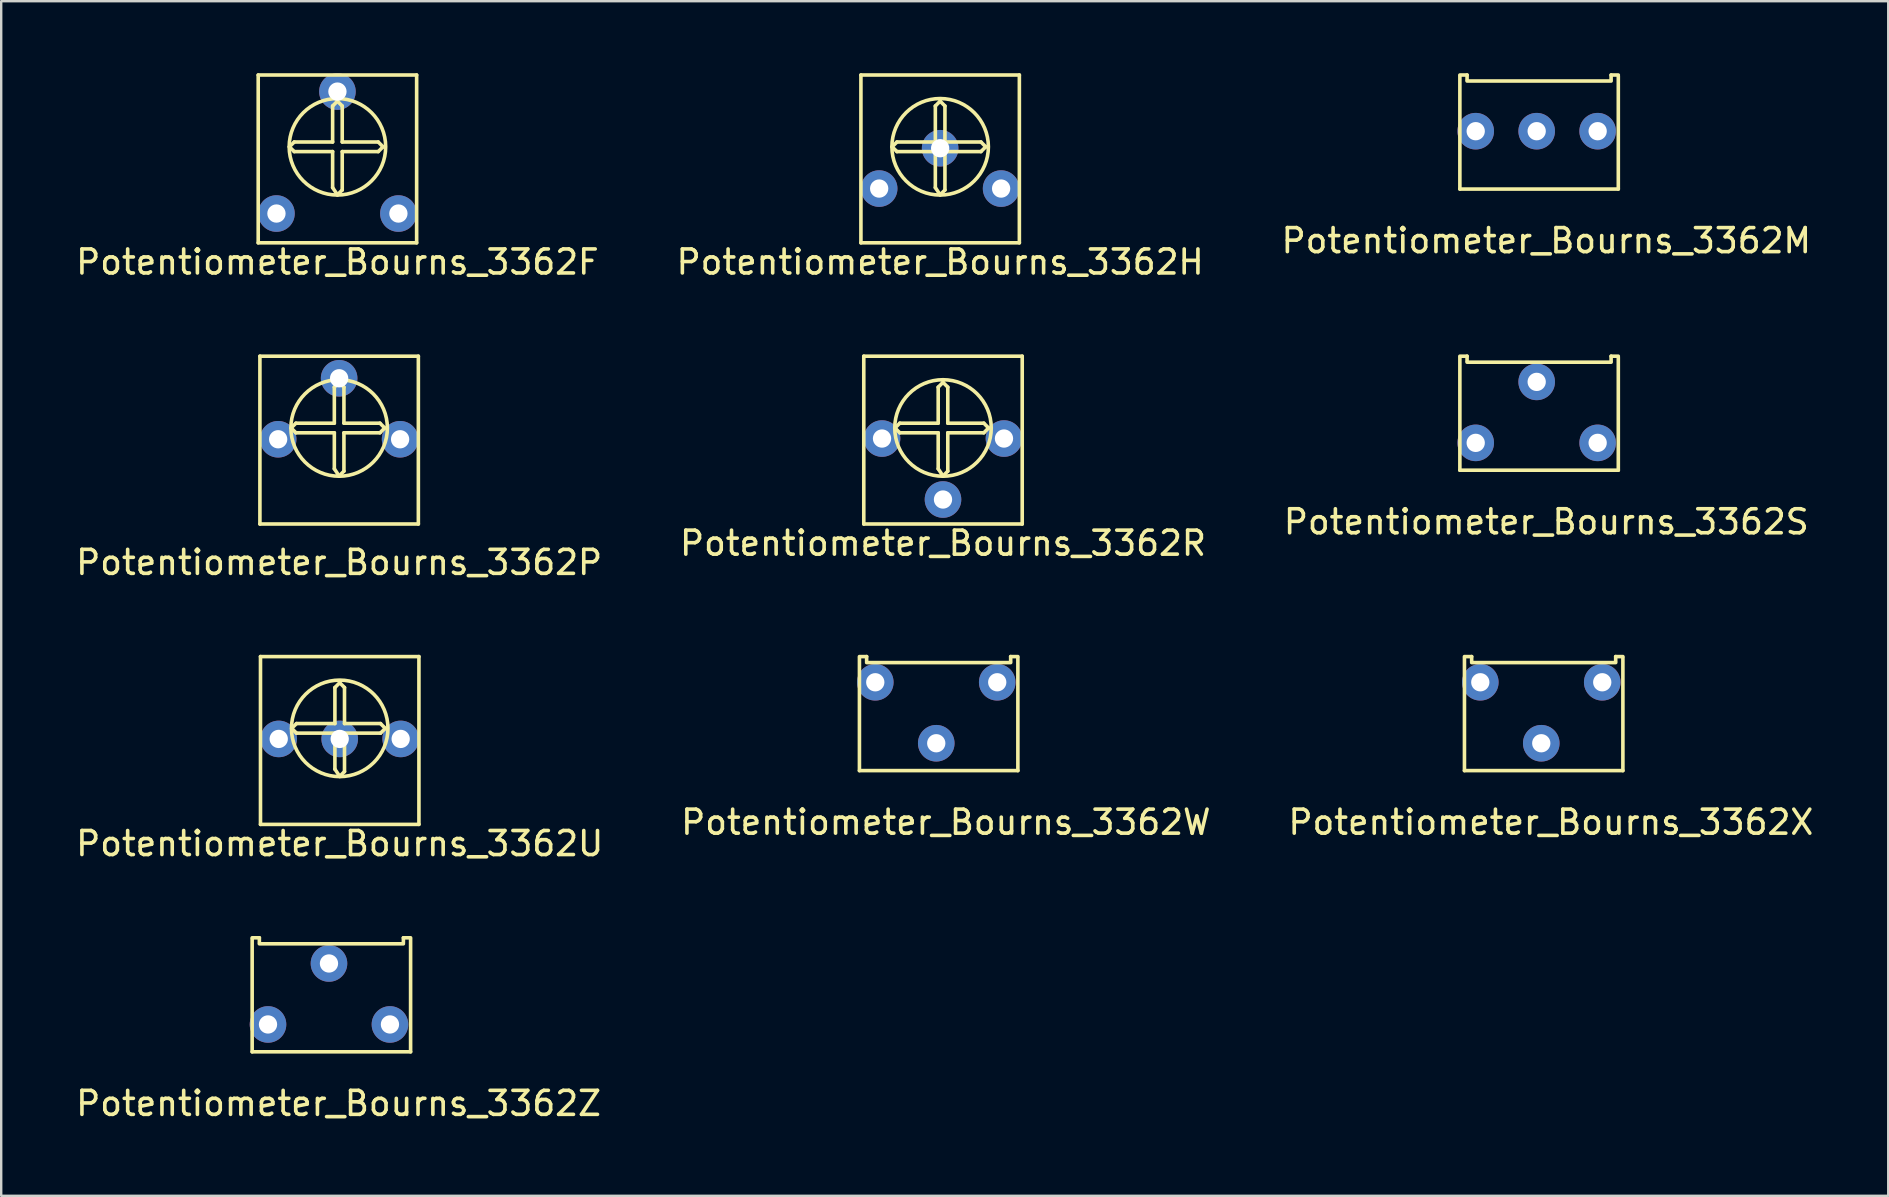
<source format=kicad_pcb>
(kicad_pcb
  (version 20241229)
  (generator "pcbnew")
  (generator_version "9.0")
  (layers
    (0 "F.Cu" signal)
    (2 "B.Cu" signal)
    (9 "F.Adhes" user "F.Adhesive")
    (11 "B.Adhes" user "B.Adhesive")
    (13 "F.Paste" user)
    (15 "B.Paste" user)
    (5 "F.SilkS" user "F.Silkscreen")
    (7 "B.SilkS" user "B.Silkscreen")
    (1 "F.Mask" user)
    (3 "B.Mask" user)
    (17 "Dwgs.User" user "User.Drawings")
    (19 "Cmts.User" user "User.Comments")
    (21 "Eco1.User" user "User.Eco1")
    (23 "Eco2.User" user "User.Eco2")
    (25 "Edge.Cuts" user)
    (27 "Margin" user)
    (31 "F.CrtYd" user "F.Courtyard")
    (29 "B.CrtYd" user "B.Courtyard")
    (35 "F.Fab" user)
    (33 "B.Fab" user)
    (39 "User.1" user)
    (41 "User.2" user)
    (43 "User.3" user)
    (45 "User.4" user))
  (footprint "Potentiometer_Bourns_3362R"
    (layer "F.Cu")
    (at 36.232 14.778)
    (property "Reference" "Potentiometer_Bourns_3362R" (at 0 4.8 0) (layer "F.SilkS") (effects (font (size 1 1) (thickness 0.15))))
    (attr through_hole)
    (fp_line (start -3.3 4) (end -3.3 -2.99) (stroke (width 0.15) (type solid)) (layer "F.SilkS"))
    (fp_line (start -3.3 4) (end 3.3 4) (stroke (width 0.15) (type solid)) (layer "F.SilkS"))
    (fp_line (start -2 0) (end -1.8 0.2) (stroke (width 0.15) (type solid)) (layer "F.SilkS"))
    (fp_line (start -1.8 -0.2) (end -2 0) (stroke (width 0.15) (type solid)) (layer "F.SilkS"))
    (fp_line (start -1.8 0.2) (end -0.2 0.2) (stroke (width 0.15) (type solid)) (layer "F.SilkS"))
    (fp_line (start -0.2 -1.7) (end -0.2 -0.2) (stroke (width 0.15) (type solid)) (layer "F.SilkS"))
    (fp_line (start -0.2 -0.2) (end -1.8 -0.2) (stroke (width 0.15) (type solid)) (layer "F.SilkS"))
    (fp_line (start -0.2 0.2) (end -0.2 1.7) (stroke (width 0.15) (type solid)) (layer "F.SilkS"))
    (fp_line (start -0.2 1.7) (end 0 2) (stroke (width 0.15) (type solid)) (layer "F.SilkS"))
    (fp_line (start 0 -1.9) (end -0.2 -1.7) (stroke (width 0.15) (type solid)) (layer "F.SilkS"))
    (fp_line (start 0 2) (end 0.2 1.8) (stroke (width 0.15) (type solid)) (layer "F.SilkS"))
    (fp_line (start 0.2 -1.7) (end 0 -1.9) (stroke (width 0.15) (type solid)) (layer "F.SilkS"))
    (fp_line (start 0.2 -0.2) (end 0.2 -1.7) (stroke (width 0.15) (type solid)) (layer "F.SilkS"))
    (fp_line (start 0.2 0.2) (end 1.7 0.2) (stroke (width 0.15) (type solid)) (layer "F.SilkS"))
    (fp_line (start 0.2 1.8) (end 0.2 0.2) (stroke (width 0.15) (type solid)) (layer "F.SilkS"))
    (fp_line (start 1.7 -0.2) (end 0.2 -0.2) (stroke (width 0.15) (type solid)) (layer "F.SilkS"))
    (fp_line (start 1.7 0.2) (end 1.9 0) (stroke (width 0.15) (type solid)) (layer "F.SilkS"))
    (fp_line (start 1.9 0) (end 1.7 -0.2) (stroke (width 0.15) (type solid)) (layer "F.SilkS"))
    (fp_line (start 3.3 -2.99) (end -3.3 -2.99) (stroke (width 0.15) (type solid)) (layer "F.SilkS"))
    (fp_line (start 3.3 4) (end 3.3 -2.99) (stroke (width 0.15) (type solid)) (layer "F.SilkS"))
    (fp_circle (center 0 0) (end 0.2 -2) (stroke (width 0.15) (type solid)) (fill no) (layer "F.SilkS"))
    (pad "1" thru_hole circle (at -2.54 0.44) (size 1.524 1.524) (drill 0.762) (layers "*.Cu" "*.Mask"))
    (pad "2" thru_hole circle (at 0 2.98) (size 1.524 1.524) (drill 0.762) (layers "*.Cu" "*.Mask"))
    (pad "3" thru_hole circle (at 2.54 0.44) (size 1.524 1.524) (drill 0.762) (layers "*.Cu" "*.Mask")))
  (footprint "Potentiometer_Bourns_3362W"
    (layer "F.Cu")
    (at 35.951 26.701)
    (property "Reference" "Potentiometer_Bourns_3362W" (at 0.4 4.5 0) (layer "F.SilkS") (effects (font (size 1 1) (thickness 0.15))))
    (attr through_hole)
    (fp_line (start -3.2 -2.4) (end -2.9 -2.4) (stroke (width 0.15) (type solid)) (layer "F.SilkS"))
    (fp_line (start -3.2 2.35) (end -3.2 -2.35) (stroke (width 0.15) (type solid)) (layer "F.SilkS"))
    (fp_line (start -2.9 -2.4) (end -2.9 -2.2) (stroke (width 0.15) (type solid)) (layer "F.SilkS"))
    (fp_line (start -2.9 -2.15) (end 3.1 -2.15) (stroke (width 0.15) (type solid)) (layer "F.SilkS"))
    (fp_line (start 3.1 -2.4) (end 3.1 -2.2) (stroke (width 0.15) (type solid)) (layer "F.SilkS"))
    (fp_line (start 3.4 -2.4) (end 3.1 -2.4) (stroke (width 0.15) (type solid)) (layer "F.SilkS"))
    (fp_line (start 3.4 -2.35) (end 3.4 2.35) (stroke (width 0.15) (type solid)) (layer "F.SilkS"))
    (fp_line (start 3.4 2.35) (end -3.2 2.35) (stroke (width 0.15) (type solid)) (layer "F.SilkS"))
    (pad "1" thru_hole circle (at 2.54 -1.33) (size 1.524 1.524) (drill 0.762) (layers "*.Cu" "*.Mask"))
    (pad "2" thru_hole circle (at 0 1.21) (size 1.524 1.524) (drill 0.762) (layers "*.Cu" "*.Mask"))
    (pad "3" thru_hole circle (at -2.54 -1.33) (size 1.524 1.524) (drill 0.762) (layers "*.Cu" "*.Mask")))
  (footprint "Potentiometer_Bourns_3362S"
    (layer "F.Cu")
    (at 60.963 14.188)
    (property "Reference" "Potentiometer_Bourns_3362S" (at 0.4 4.5 0) (layer "F.SilkS") (effects (font (size 1 1) (thickness 0.15))))
    (attr through_hole)
    (fp_line (start -3.2 -2.4) (end -2.9 -2.4) (stroke (width 0.15) (type solid)) (layer "F.SilkS"))
    (fp_line (start -3.2 2.35) (end -3.2 -2.35) (stroke (width 0.15) (type solid)) (layer "F.SilkS"))
    (fp_line (start -2.9 -2.4) (end -2.9 -2.2) (stroke (width 0.15) (type solid)) (layer "F.SilkS"))
    (fp_line (start -2.9 -2.15) (end 3.1 -2.15) (stroke (width 0.15) (type solid)) (layer "F.SilkS"))
    (fp_line (start 3.1 -2.4) (end 3.1 -2.2) (stroke (width 0.15) (type solid)) (layer "F.SilkS"))
    (fp_line (start 3.4 -2.4) (end 3.1 -2.4) (stroke (width 0.15) (type solid)) (layer "F.SilkS"))
    (fp_line (start 3.4 -2.35) (end 3.4 2.35) (stroke (width 0.15) (type solid)) (layer "F.SilkS"))
    (fp_line (start 3.4 2.35) (end -3.2 2.35) (stroke (width 0.15) (type solid)) (layer "F.SilkS"))
    (pad "1" thru_hole circle (at -2.54 1.21) (size 1.524 1.524) (drill 0.762) (layers "*.Cu" "*.Mask"))
    (pad "2" thru_hole circle (at 0 -1.33) (size 1.524 1.524) (drill 0.762) (layers "*.Cu" "*.Mask"))
    (pad "3" thru_hole circle (at 2.54 1.21) (size 1.524 1.524) (drill 0.762) (layers "*.Cu" "*.Mask")))
  (footprint "Potentiometer_Bourns_3362Z"
    (layer "F.Cu")
    (at 10.654 38.415)
    (property "Reference" "Potentiometer_Bourns_3362Z" (at 0.4 4.5 0) (layer "F.SilkS") (effects (font (size 1 1) (thickness 0.15))))
    (attr through_hole)
    (fp_line (start -3.2 -2.4) (end -2.9 -2.4) (stroke (width 0.15) (type solid)) (layer "F.SilkS"))
    (fp_line (start -3.2 2.35) (end -3.2 -2.35) (stroke (width 0.15) (type solid)) (layer "F.SilkS"))
    (fp_line (start -2.9 -2.4) (end -2.9 -2.2) (stroke (width 0.15) (type solid)) (layer "F.SilkS"))
    (fp_line (start -2.9 -2.15) (end 3.1 -2.15) (stroke (width 0.15) (type solid)) (layer "F.SilkS"))
    (fp_line (start 3.1 -2.4) (end 3.1 -2.2) (stroke (width 0.15) (type solid)) (layer "F.SilkS"))
    (fp_line (start 3.4 -2.4) (end 3.1 -2.4) (stroke (width 0.15) (type solid)) (layer "F.SilkS"))
    (fp_line (start 3.4 -2.35) (end 3.4 2.35) (stroke (width 0.15) (type solid)) (layer "F.SilkS"))
    (fp_line (start 3.4 2.35) (end -3.2 2.35) (stroke (width 0.15) (type solid)) (layer "F.SilkS"))
    (pad "1" thru_hole circle (at 2.54 1.21) (size 1.524 1.524) (drill 0.762) (layers "*.Cu" "*.Mask"))
    (pad "2" thru_hole circle (at 0 -1.33) (size 1.524 1.524) (drill 0.762) (layers "*.Cu" "*.Mask"))
    (pad "3" thru_hole circle (at -2.54 1.21) (size 1.524 1.524) (drill 0.762) (layers "*.Cu" "*.Mask")))
  (footprint "Potentiometer_Bourns_3362H"
    (layer "F.Cu")
    (at 36.113 3.065)
    (property "Reference" "Potentiometer_Bourns_3362H" (at 0 4.8 0) (layer "F.SilkS") (effects (font (size 1 1) (thickness 0.15))))
    (attr through_hole)
    (fp_line (start -3.3 4) (end -3.3 -2.99) (stroke (width 0.15) (type solid)) (layer "F.SilkS"))
    (fp_line (start -3.3 4) (end 3.3 4) (stroke (width 0.15) (type solid)) (layer "F.SilkS"))
    (fp_line (start -2 0) (end -1.8 0.2) (stroke (width 0.15) (type solid)) (layer "F.SilkS"))
    (fp_line (start -1.8 -0.2) (end -2 0) (stroke (width 0.15) (type solid)) (layer "F.SilkS"))
    (fp_line (start -1.8 0.2) (end -0.2 0.2) (stroke (width 0.15) (type solid)) (layer "F.SilkS"))
    (fp_line (start -0.2 -1.7) (end -0.2 -0.2) (stroke (width 0.15) (type solid)) (layer "F.SilkS"))
    (fp_line (start -0.2 -0.2) (end -1.8 -0.2) (stroke (width 0.15) (type solid)) (layer "F.SilkS"))
    (fp_line (start -0.2 0.2) (end -0.2 1.7) (stroke (width 0.15) (type solid)) (layer "F.SilkS"))
    (fp_line (start -0.2 1.7) (end 0 2) (stroke (width 0.15) (type solid)) (layer "F.SilkS"))
    (fp_line (start 0 -1.9) (end -0.2 -1.7) (stroke (width 0.15) (type solid)) (layer "F.SilkS"))
    (fp_line (start 0 2) (end 0.2 1.8) (stroke (width 0.15) (type solid)) (layer "F.SilkS"))
    (fp_line (start 0.2 -1.7) (end 0 -1.9) (stroke (width 0.15) (type solid)) (layer "F.SilkS"))
    (fp_line (start 0.2 -0.2) (end 0.2 -1.7) (stroke (width 0.15) (type solid)) (layer "F.SilkS"))
    (fp_line (start 0.2 0.2) (end 1.7 0.2) (stroke (width 0.15) (type solid)) (layer "F.SilkS"))
    (fp_line (start 0.2 1.8) (end 0.2 0.2) (stroke (width 0.15) (type solid)) (layer "F.SilkS"))
    (fp_line (start 1.7 -0.2) (end 0.2 -0.2) (stroke (width 0.15) (type solid)) (layer "F.SilkS"))
    (fp_line (start 1.7 0.2) (end 1.9 0) (stroke (width 0.15) (type solid)) (layer "F.SilkS"))
    (fp_line (start 1.9 0) (end 1.7 -0.2) (stroke (width 0.15) (type solid)) (layer "F.SilkS"))
    (fp_line (start 3.3 -2.99) (end -3.3 -2.99) (stroke (width 0.15) (type solid)) (layer "F.SilkS"))
    (fp_line (start 3.3 4) (end 3.3 -2.99) (stroke (width 0.15) (type solid)) (layer "F.SilkS"))
    (fp_circle (center 0 0) (end 0.2 -2) (stroke (width 0.15) (type solid)) (fill no) (layer "F.SilkS"))
    (pad "1" thru_hole circle (at -2.54 1.74) (size 1.524 1.524) (drill 0.762) (layers "*.Cu" "*.Mask"))
    (pad "2" thru_hole circle (at 0 0.06) (size 1.524 1.524) (drill 0.762) (layers "*.Cu" "*.Mask"))
    (pad "3" thru_hole circle (at 2.54 1.74) (size 1.524 1.524) (drill 0.762) (layers "*.Cu" "*.Mask")))
  (footprint "Potentiometer_Bourns_3362X"
    (layer "F.Cu")
    (at 61.154 26.701)
    (property "Reference" "Potentiometer_Bourns_3362X" (at 0.4 4.5 0) (layer "F.SilkS") (effects (font (size 1 1) (thickness 0.15))))
    (attr through_hole)
    (fp_line (start -3.2 -2.4) (end -2.9 -2.4) (stroke (width 0.15) (type solid)) (layer "F.SilkS"))
    (fp_line (start -3.2 2.35) (end -3.2 -2.35) (stroke (width 0.15) (type solid)) (layer "F.SilkS"))
    (fp_line (start -2.9 -2.4) (end -2.9 -2.2) (stroke (width 0.15) (type solid)) (layer "F.SilkS"))
    (fp_line (start -2.9 -2.15) (end 3.1 -2.15) (stroke (width 0.15) (type solid)) (layer "F.SilkS"))
    (fp_line (start 3.1 -2.4) (end 3.1 -2.2) (stroke (width 0.15) (type solid)) (layer "F.SilkS"))
    (fp_line (start 3.4 -2.4) (end 3.1 -2.4) (stroke (width 0.15) (type solid)) (layer "F.SilkS"))
    (fp_line (start 3.4 -2.35) (end 3.4 2.35) (stroke (width 0.15) (type solid)) (layer "F.SilkS"))
    (fp_line (start 3.4 2.35) (end -3.2 2.35) (stroke (width 0.15) (type solid)) (layer "F.SilkS"))
    (pad "1" thru_hole circle (at -2.54 -1.33) (size 1.524 1.524) (drill 0.762) (layers "*.Cu" "*.Mask"))
    (pad "2" thru_hole circle (at 0 1.21) (size 1.524 1.524) (drill 0.762) (layers "*.Cu" "*.Mask"))
    (pad "3" thru_hole circle (at 2.54 -1.33) (size 1.524 1.524) (drill 0.762) (layers "*.Cu" "*.Mask")))
  (footprint "Potentiometer_Bourns_3362P"
    (layer "F.Cu")
    (at 11.077 14.778)
    (property "Reference" "Potentiometer_Bourns_3362P" (at 0 5.6 0) (layer "F.SilkS") (effects (font (size 1 1) (thickness 0.15))))
    (attr through_hole)
    (fp_line (start -3.3 4) (end -3.3 -2.99) (stroke (width 0.15) (type solid)) (layer "F.SilkS"))
    (fp_line (start -3.3 4) (end 3.3 4) (stroke (width 0.15) (type solid)) (layer "F.SilkS"))
    (fp_line (start -2 0) (end -1.8 0.2) (stroke (width 0.15) (type solid)) (layer "F.SilkS"))
    (fp_line (start -1.8 -0.2) (end -2 0) (stroke (width 0.15) (type solid)) (layer "F.SilkS"))
    (fp_line (start -1.8 0.2) (end -0.2 0.2) (stroke (width 0.15) (type solid)) (layer "F.SilkS"))
    (fp_line (start -0.2 -1.7) (end -0.2 -0.2) (stroke (width 0.15) (type solid)) (layer "F.SilkS"))
    (fp_line (start -0.2 -0.2) (end -1.8 -0.2) (stroke (width 0.15) (type solid)) (layer "F.SilkS"))
    (fp_line (start -0.2 0.2) (end -0.2 1.7) (stroke (width 0.15) (type solid)) (layer "F.SilkS"))
    (fp_line (start -0.2 1.7) (end 0 2) (stroke (width 0.15) (type solid)) (layer "F.SilkS"))
    (fp_line (start 0 -1.9) (end -0.2 -1.7) (stroke (width 0.15) (type solid)) (layer "F.SilkS"))
    (fp_line (start 0 2) (end 0.2 1.8) (stroke (width 0.15) (type solid)) (layer "F.SilkS"))
    (fp_line (start 0.2 -1.7) (end 0 -1.9) (stroke (width 0.15) (type solid)) (layer "F.SilkS"))
    (fp_line (start 0.2 -0.2) (end 0.2 -1.7) (stroke (width 0.15) (type solid)) (layer "F.SilkS"))
    (fp_line (start 0.2 0.2) (end 1.7 0.2) (stroke (width 0.15) (type solid)) (layer "F.SilkS"))
    (fp_line (start 0.2 1.8) (end 0.2 0.2) (stroke (width 0.15) (type solid)) (layer "F.SilkS"))
    (fp_line (start 1.7 -0.2) (end 0.2 -0.2) (stroke (width 0.15) (type solid)) (layer "F.SilkS"))
    (fp_line (start 1.7 0.2) (end 1.9 0) (stroke (width 0.15) (type solid)) (layer "F.SilkS"))
    (fp_line (start 1.9 0) (end 1.7 -0.2) (stroke (width 0.15) (type solid)) (layer "F.SilkS"))
    (fp_line (start 3.3 -2.99) (end -3.3 -2.99) (stroke (width 0.15) (type solid)) (layer "F.SilkS"))
    (fp_line (start 3.3 4) (end 3.3 -2.99) (stroke (width 0.15) (type solid)) (layer "F.SilkS"))
    (fp_circle (center 0 0) (end 0.2 -2) (stroke (width 0.15) (type solid)) (fill no) (layer "F.SilkS"))
    (pad "1" thru_hole circle (at -2.54 0.47) (size 1.524 1.524) (drill 0.762) (layers "*.Cu" "*.Mask"))
    (pad "2" thru_hole circle (at 0 -2.07) (size 1.524 1.524) (drill 0.762) (layers "*.Cu" "*.Mask"))
    (pad "3" thru_hole circle (at 2.54 0.47) (size 1.524 1.524) (drill 0.762) (layers "*.Cu" "*.Mask")))
  (footprint "Potentiometer_Bourns_3362M"
    (layer "F.Cu")
    (at 60.963 2.475)
    (property "Reference" "Potentiometer_Bourns_3362M" (at 0.4 4.5 0) (layer "F.SilkS") (effects (font (size 1 1) (thickness 0.15))))
    (attr through_hole)
    (fp_line (start -3.2 -2.4) (end -2.9 -2.4) (stroke (width 0.15) (type solid)) (layer "F.SilkS"))
    (fp_line (start -3.2 2.35) (end -3.2 -2.35) (stroke (width 0.15) (type solid)) (layer "F.SilkS"))
    (fp_line (start -2.9 -2.4) (end -2.9 -2.2) (stroke (width 0.15) (type solid)) (layer "F.SilkS"))
    (fp_line (start -2.9 -2.15) (end 3.1 -2.15) (stroke (width 0.15) (type solid)) (layer "F.SilkS"))
    (fp_line (start 3.1 -2.4) (end 3.1 -2.2) (stroke (width 0.15) (type solid)) (layer "F.SilkS"))
    (fp_line (start 3.4 -2.4) (end 3.1 -2.4) (stroke (width 0.15) (type solid)) (layer "F.SilkS"))
    (fp_line (start 3.4 -2.35) (end 3.4 2.35) (stroke (width 0.15) (type solid)) (layer "F.SilkS"))
    (fp_line (start 3.4 2.35) (end -3.2 2.35) (stroke (width 0.15) (type solid)) (layer "F.SilkS"))
    (pad "1" thru_hole circle (at -2.54 -0.06) (size 1.524 1.524) (drill 0.762) (layers "*.Cu" "*.Mask"))
    (pad "2" thru_hole circle (at 0 -0.06) (size 1.524 1.524) (drill 0.762) (layers "*.Cu" "*.Mask"))
    (pad "3" thru_hole circle (at 2.54 -0.06) (size 1.524 1.524) (drill 0.762) (layers "*.Cu" "*.Mask")))
  (footprint "Potentiometer_Bourns_3362F"
    (layer "F.Cu")
    (at 11.006 3.065)
    (property "Reference" "Potentiometer_Bourns_3362F" (at 0 4.8 0) (layer "F.SilkS") (effects (font (size 1 1) (thickness 0.15))))
    (attr through_hole)
    (fp_line (start -3.3 4) (end -3.3 -2.99) (stroke (width 0.15) (type solid)) (layer "F.SilkS"))
    (fp_line (start -3.3 4) (end 3.3 4) (stroke (width 0.15) (type solid)) (layer "F.SilkS"))
    (fp_line (start -2 0) (end -1.8 0.2) (stroke (width 0.15) (type solid)) (layer "F.SilkS"))
    (fp_line (start -1.8 -0.2) (end -2 0) (stroke (width 0.15) (type solid)) (layer "F.SilkS"))
    (fp_line (start -1.8 0.2) (end -0.2 0.2) (stroke (width 0.15) (type solid)) (layer "F.SilkS"))
    (fp_line (start -0.2 -1.7) (end -0.2 -0.2) (stroke (width 0.15) (type solid)) (layer "F.SilkS"))
    (fp_line (start -0.2 -0.2) (end -1.8 -0.2) (stroke (width 0.15) (type solid)) (layer "F.SilkS"))
    (fp_line (start -0.2 0.2) (end -0.2 1.7) (stroke (width 0.15) (type solid)) (layer "F.SilkS"))
    (fp_line (start -0.2 1.7) (end 0 2) (stroke (width 0.15) (type solid)) (layer "F.SilkS"))
    (fp_line (start 0 -1.9) (end -0.2 -1.7) (stroke (width 0.15) (type solid)) (layer "F.SilkS"))
    (fp_line (start 0 2) (end 0.2 1.8) (stroke (width 0.15) (type solid)) (layer "F.SilkS"))
    (fp_line (start 0.2 -1.7) (end 0 -1.9) (stroke (width 0.15) (type solid)) (layer "F.SilkS"))
    (fp_line (start 0.2 -0.2) (end 0.2 -1.7) (stroke (width 0.15) (type solid)) (layer "F.SilkS"))
    (fp_line (start 0.2 0.2) (end 1.7 0.2) (stroke (width 0.15) (type solid)) (layer "F.SilkS"))
    (fp_line (start 0.2 1.8) (end 0.2 0.2) (stroke (width 0.15) (type solid)) (layer "F.SilkS"))
    (fp_line (start 1.7 -0.2) (end 0.2 -0.2) (stroke (width 0.15) (type solid)) (layer "F.SilkS"))
    (fp_line (start 1.7 0.2) (end 1.9 0) (stroke (width 0.15) (type solid)) (layer "F.SilkS"))
    (fp_line (start 1.9 0) (end 1.7 -0.2) (stroke (width 0.15) (type solid)) (layer "F.SilkS"))
    (fp_line (start 3.3 -2.99) (end -3.3 -2.99) (stroke (width 0.15) (type solid)) (layer "F.SilkS"))
    (fp_line (start 3.3 4) (end 3.3 -2.99) (stroke (width 0.15) (type solid)) (layer "F.SilkS"))
    (fp_circle (center 0 0) (end 0.2 -2) (stroke (width 0.15) (type solid)) (fill no) (layer "F.SilkS"))
    (pad "1" thru_hole circle (at -2.54 2.78) (size 1.524 1.524) (drill 0.762) (layers "*.Cu" "*.Mask"))
    (pad "2" thru_hole circle (at 0 -2.3) (size 1.524 1.524) (drill 0.762) (layers "*.Cu" "*.Mask"))
    (pad "3" thru_hole circle (at 2.54 2.78) (size 1.524 1.524) (drill 0.762) (layers "*.Cu" "*.Mask")))
  (footprint "Potentiometer_Bourns_3362U"
    (layer "F.Cu")
    (at 11.101 27.291)
    (property "Reference" "Potentiometer_Bourns_3362U" (at 0 4.8 0) (layer "F.SilkS") (effects (font (size 1 1) (thickness 0.15))))
    (attr through_hole)
    (fp_line (start -3.3 4) (end -3.3 -2.99) (stroke (width 0.15) (type solid)) (layer "F.SilkS"))
    (fp_line (start -3.3 4) (end 3.3 4) (stroke (width 0.15) (type solid)) (layer "F.SilkS"))
    (fp_line (start -2 0) (end -1.8 0.2) (stroke (width 0.15) (type solid)) (layer "F.SilkS"))
    (fp_line (start -1.8 -0.2) (end -2 0) (stroke (width 0.15) (type solid)) (layer "F.SilkS"))
    (fp_line (start -1.8 0.2) (end -0.2 0.2) (stroke (width 0.15) (type solid)) (layer "F.SilkS"))
    (fp_line (start -0.2 -1.7) (end -0.2 -0.2) (stroke (width 0.15) (type solid)) (layer "F.SilkS"))
    (fp_line (start -0.2 -0.2) (end -1.8 -0.2) (stroke (width 0.15) (type solid)) (layer "F.SilkS"))
    (fp_line (start -0.2 0.2) (end -0.2 1.7) (stroke (width 0.15) (type solid)) (layer "F.SilkS"))
    (fp_line (start -0.2 1.7) (end 0 2) (stroke (width 0.15) (type solid)) (layer "F.SilkS"))
    (fp_line (start 0 -1.9) (end -0.2 -1.7) (stroke (width 0.15) (type solid)) (layer "F.SilkS"))
    (fp_line (start 0 2) (end 0.2 1.8) (stroke (width 0.15) (type solid)) (layer "F.SilkS"))
    (fp_line (start 0.2 -1.7) (end 0 -1.9) (stroke (width 0.15) (type solid)) (layer "F.SilkS"))
    (fp_line (start 0.2 -0.2) (end 0.2 -1.7) (stroke (width 0.15) (type solid)) (layer "F.SilkS"))
    (fp_line (start 0.2 0.2) (end 1.7 0.2) (stroke (width 0.15) (type solid)) (layer "F.SilkS"))
    (fp_line (start 0.2 1.8) (end 0.2 0.2) (stroke (width 0.15) (type solid)) (layer "F.SilkS"))
    (fp_line (start 1.7 -0.2) (end 0.2 -0.2) (stroke (width 0.15) (type solid)) (layer "F.SilkS"))
    (fp_line (start 1.7 0.2) (end 1.9 0) (stroke (width 0.15) (type solid)) (layer "F.SilkS"))
    (fp_line (start 1.9 0) (end 1.7 -0.2) (stroke (width 0.15) (type solid)) (layer "F.SilkS"))
    (fp_line (start 3.3 -2.99) (end -3.3 -2.99) (stroke (width 0.15) (type solid)) (layer "F.SilkS"))
    (fp_line (start 3.3 4) (end 3.3 -2.99) (stroke (width 0.15) (type solid)) (layer "F.SilkS"))
    (fp_circle (center 0 0) (end 0.2 -2) (stroke (width 0.15) (type solid)) (fill no) (layer "F.SilkS"))
    (pad "1" thru_hole circle (at -2.54 0.44) (size 1.524 1.524) (drill 0.762) (layers "*.Cu" "*.Mask"))
    (pad "2" thru_hole circle (at 0 0.44) (size 1.524 1.524) (drill 0.762) (layers "*.Cu" "*.Mask"))
    (pad "3" thru_hole circle (at 2.54 0.44) (size 1.524 1.524) (drill 0.762) (layers "*.Cu" "*.Mask")))
  (gr_rect
    (start -3 -3)
    (end 75.607 46.763)
    (stroke (width 0.1) (type default))
    (fill no)
    (layer "Edge.Cuts")))
</source>
